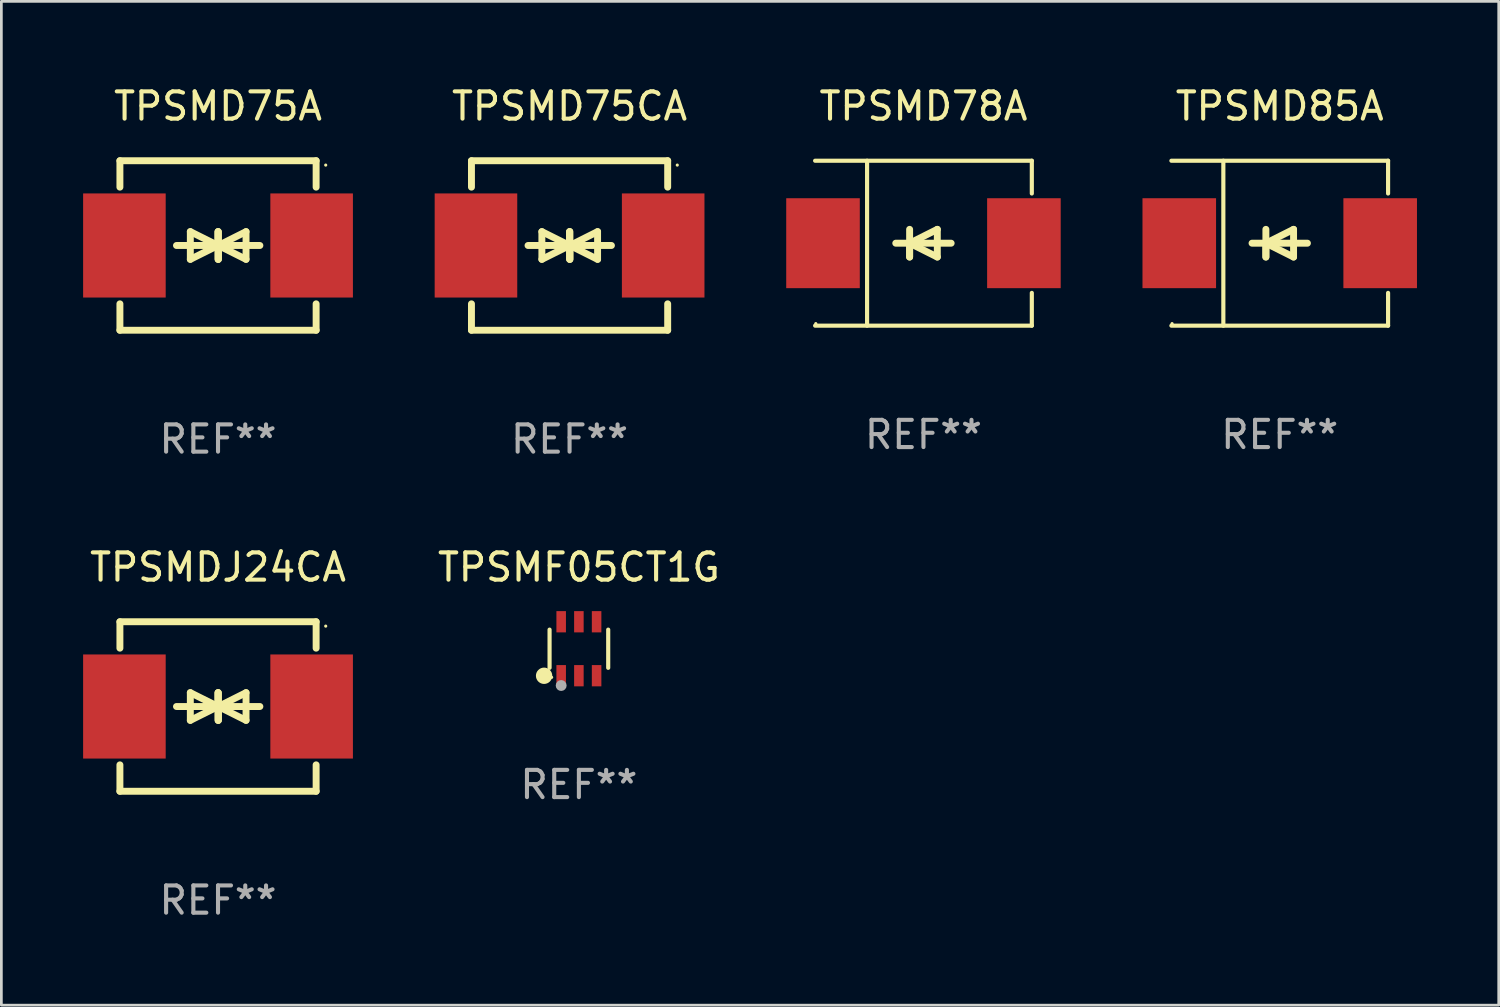
<source format=kicad_pcb>
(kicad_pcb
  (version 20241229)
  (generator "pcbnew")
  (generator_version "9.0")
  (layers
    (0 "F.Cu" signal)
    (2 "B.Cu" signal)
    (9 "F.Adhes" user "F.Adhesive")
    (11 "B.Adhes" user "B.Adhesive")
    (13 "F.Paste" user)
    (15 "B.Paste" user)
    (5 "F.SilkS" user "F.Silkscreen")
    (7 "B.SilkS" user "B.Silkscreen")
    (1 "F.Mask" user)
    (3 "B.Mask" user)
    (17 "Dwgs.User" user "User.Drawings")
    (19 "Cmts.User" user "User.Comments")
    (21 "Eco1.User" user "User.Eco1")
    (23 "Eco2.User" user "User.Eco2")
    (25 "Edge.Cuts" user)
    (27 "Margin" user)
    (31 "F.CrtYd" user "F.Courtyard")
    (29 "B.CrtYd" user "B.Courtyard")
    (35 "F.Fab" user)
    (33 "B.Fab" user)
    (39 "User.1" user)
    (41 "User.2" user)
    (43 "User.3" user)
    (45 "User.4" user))
  (footprint "TPSMD75A"
    (layer "F.Cu")
    (at 4.95 5.958)
    (property "Reference" "TPSMD75A" (at 0 -5.11 0) (layer "F.SilkS") (effects (font (size 1 1) (thickness 0.15))))
    (attr through_hole)
    (fp_line (start -3.6 -2.141) (end -3.6 -3.11) (stroke (width 0.254) (type solid)) (layer "F.SilkS"))
    (fp_line (start -3.6 3.11) (end -3.6 2.141) (stroke (width 0.254) (type solid)) (layer "F.SilkS"))
    (fp_line (start -1.524 0) (end 0.508 0) (stroke (width 0.254) (type solid)) (layer "F.SilkS"))
    (fp_line (start -1.016 -0.508) (end -1.016 0.508) (stroke (width 0.254) (type solid)) (layer "F.SilkS"))
    (fp_line (start -1.016 0.508) (end 0 0) (stroke (width 0.254) (type solid)) (layer "F.SilkS"))
    (fp_line (start 0 -0.508) (end 0 0.508) (stroke (width 0.254) (type solid)) (layer "F.SilkS"))
    (fp_line (start 0 0) (end -1.016 -0.508) (stroke (width 0.254) (type solid)) (layer "F.SilkS"))
    (fp_line (start 0 0) (end 0 -0.508) (stroke (width 0.254) (type solid)) (layer "F.SilkS"))
    (fp_line (start 0.012 0) (end 0.012 0.508) (stroke (width 0.254) (type solid)) (layer "F.SilkS"))
    (fp_line (start 0.012 0) (end 1.028 0.508) (stroke (width 0.254) (type solid)) (layer "F.SilkS"))
    (fp_line (start 0.012 0.508) (end 0.012 -0.508) (stroke (width 0.254) (type solid)) (layer "F.SilkS"))
    (fp_line (start 1.028 -0.508) (end 0.012 0) (stroke (width 0.254) (type solid)) (layer "F.SilkS"))
    (fp_line (start 1.028 0.508) (end 1.028 -0.508) (stroke (width 0.254) (type solid)) (layer "F.SilkS"))
    (fp_line (start 1.536 0) (end -0.496 0) (stroke (width 0.254) (type solid)) (layer "F.SilkS"))
    (fp_line (start 3.6 -3.11) (end -3.6 -3.11) (stroke (width 0.254) (type solid)) (layer "F.SilkS"))
    (fp_line (start 3.6 -2.141) (end 3.6 -3.11) (stroke (width 0.254) (type solid)) (layer "F.SilkS"))
    (fp_line (start 3.6 3.11) (end -3.6 3.11) (stroke (width 0.254) (type solid)) (layer "F.SilkS"))
    (fp_line (start 3.6 3.11) (end 3.6 2.141) (stroke (width 0.254) (type solid)) (layer "F.SilkS"))
    (fp_circle (center 3.952 -2.95) (end 3.982 -2.95) (stroke (width 0.06) (type solid)) (fill no) (layer "F.SilkS"))
    (fp_text user "REF**" (at 0 7.11 0) (layer "F.Fab") (effects (font (size 1 1) (thickness 0.15))))
    (pad "1" smd rect (at 3.435 0) (size 3.03 3.82) (layers "F.Cu" "F.Mask" "F.Paste"))
    (pad "2" smd rect (at -3.435 0) (size 3.03 3.82) (layers "F.Cu" "F.Mask" "F.Paste")))
  (footprint "TPSMF05CT1G"
    (layer "F.Cu")
    (at 18.192 20.755)
    (property "Reference" "TPSMF05CT1G" (at 0 -2.99 0) (layer "F.SilkS") (effects (font (size 1 1) (thickness 0.15))))
    (attr through_hole)
    (fp_line (start -1.076 0.701) (end -1.076 -0.701) (stroke (width 0.152) (type solid)) (layer "F.SilkS"))
    (fp_line (start 1.076 0.701) (end 1.076 -0.701) (stroke (width 0.152) (type solid)) (layer "F.SilkS"))
    (fp_circle (center -1.277 0.992) (end -1.127 0.992) (stroke (width 0.3) (type solid)) (fill no) (layer "F.SilkS"))
    (fp_circle (center -1 1.05) (end -0.97 1.05) (stroke (width 0.06) (type solid)) (fill no) (layer "F.SilkS"))
    (fp_circle (center -0.65 1.35) (end -0.55 1.35) (stroke (width 0.2) (type solid)) (fill no) (layer "F.Fab"))
    (fp_text user "REF**" (at 0 4.99 0) (layer "F.Fab") (effects (font (size 1 1) (thickness 0.15))))
    (pad "1" smd rect (at -0.65 0.99) (size 0.35 0.78) (layers "F.Cu" "F.Mask" "F.Paste"))
    (pad "2" smd rect (at 0 0.99) (size 0.35 0.78) (layers "F.Cu" "F.Mask" "F.Paste"))
    (pad "3" smd rect (at 0.65 0.99) (size 0.35 0.78) (layers "F.Cu" "F.Mask" "F.Paste"))
    (pad "4" smd rect (at 0.65 -0.99) (size 0.35 0.78) (layers "F.Cu" "F.Mask" "F.Paste"))
    (pad "5" smd rect (at 0 -0.99) (size 0.35 0.78) (layers "F.Cu" "F.Mask" "F.Paste"))
    (pad "6" smd rect (at -0.65 -0.99) (size 0.35 0.78) (layers "F.Cu" "F.Mask" "F.Paste")))
  (footprint "TPSMD75CA"
    (layer "F.Cu")
    (at 17.85 5.958)
    (property "Reference" "TPSMD75CA" (at 0 -5.11 0) (layer "F.SilkS") (effects (font (size 1 1) (thickness 0.15))))
    (attr through_hole)
    (fp_line (start -3.6 -2.141) (end -3.6 -3.11) (stroke (width 0.254) (type solid)) (layer "F.SilkS"))
    (fp_line (start -3.6 3.11) (end -3.6 2.141) (stroke (width 0.254) (type solid)) (layer "F.SilkS"))
    (fp_line (start -1.524 0) (end 0.508 0) (stroke (width 0.254) (type solid)) (layer "F.SilkS"))
    (fp_line (start -1.016 -0.508) (end -1.016 0.508) (stroke (width 0.254) (type solid)) (layer "F.SilkS"))
    (fp_line (start -1.016 0.508) (end 0 0) (stroke (width 0.254) (type solid)) (layer "F.SilkS"))
    (fp_line (start 0 -0.508) (end 0 0.508) (stroke (width 0.254) (type solid)) (layer "F.SilkS"))
    (fp_line (start 0 0) (end -1.016 -0.508) (stroke (width 0.254) (type solid)) (layer "F.SilkS"))
    (fp_line (start 0 0) (end 0 -0.508) (stroke (width 0.254) (type solid)) (layer "F.SilkS"))
    (fp_line (start 0.012 0) (end 0.012 0.508) (stroke (width 0.254) (type solid)) (layer "F.SilkS"))
    (fp_line (start 0.012 0) (end 1.028 0.508) (stroke (width 0.254) (type solid)) (layer "F.SilkS"))
    (fp_line (start 0.012 0.508) (end 0.012 -0.508) (stroke (width 0.254) (type solid)) (layer "F.SilkS"))
    (fp_line (start 1.028 -0.508) (end 0.012 0) (stroke (width 0.254) (type solid)) (layer "F.SilkS"))
    (fp_line (start 1.028 0.508) (end 1.028 -0.508) (stroke (width 0.254) (type solid)) (layer "F.SilkS"))
    (fp_line (start 1.536 0) (end -0.496 0) (stroke (width 0.254) (type solid)) (layer "F.SilkS"))
    (fp_line (start 3.6 -3.11) (end -3.6 -3.11) (stroke (width 0.254) (type solid)) (layer "F.SilkS"))
    (fp_line (start 3.6 -2.141) (end 3.6 -3.11) (stroke (width 0.254) (type solid)) (layer "F.SilkS"))
    (fp_line (start 3.6 3.11) (end -3.6 3.11) (stroke (width 0.254) (type solid)) (layer "F.SilkS"))
    (fp_line (start 3.6 3.11) (end 3.6 2.141) (stroke (width 0.254) (type solid)) (layer "F.SilkS"))
    (fp_circle (center 3.952 -2.95) (end 3.982 -2.95) (stroke (width 0.06) (type solid)) (fill no) (layer "F.SilkS"))
    (fp_text user "REF**" (at 0 7.11 0) (layer "F.Fab") (effects (font (size 1 1) (thickness 0.15))))
    (pad "1" smd rect (at 3.435 0) (size 3.03 3.82) (layers "F.Cu" "F.Mask" "F.Paste"))
    (pad "2" smd rect (at -3.435 0) (size 3.03 3.82) (layers "F.Cu" "F.Mask" "F.Paste")))
  (footprint "TPSMD85A"
    (layer "F.Cu")
    (at 43.909 5.874)
    (property "Reference" "TPSMD85A" (at 0 -5.026 0) (layer "F.SilkS") (effects (font (size 1 1) (thickness 0.15))))
    (attr through_hole)
    (fp_line (start -3.976 -3.026) (end 3.976 -3.026) (stroke (width 0.152) (type solid)) (layer "F.SilkS"))
    (fp_line (start -3.976 3.026) (end 3.976 3.026) (stroke (width 0.152) (type solid)) (layer "F.SilkS"))
    (fp_line (start -2.069 -3.026) (end -2.069 3.026) (stroke (width 0.152) (type solid)) (layer "F.SilkS"))
    (fp_line (start -0.508 0) (end -0.508 0.508) (stroke (width 0.254) (type solid)) (layer "F.SilkS"))
    (fp_line (start -0.508 0) (end 0.508 0.508) (stroke (width 0.254) (type solid)) (layer "F.SilkS"))
    (fp_line (start -0.508 0.508) (end -0.508 -0.508) (stroke (width 0.254) (type solid)) (layer "F.SilkS"))
    (fp_line (start 0.508 -0.508) (end -0.508 0) (stroke (width 0.254) (type solid)) (layer "F.SilkS"))
    (fp_line (start 0.508 0.508) (end 0.508 -0.508) (stroke (width 0.254) (type solid)) (layer "F.SilkS"))
    (fp_line (start 1.016 0) (end -1.016 0) (stroke (width 0.254) (type solid)) (layer "F.SilkS"))
    (fp_line (start 3.976 -3.026) (end 3.976 -1.823) (stroke (width 0.152) (type solid)) (layer "F.SilkS"))
    (fp_line (start 3.976 3.026) (end 3.976 1.823) (stroke (width 0.152) (type solid)) (layer "F.SilkS"))
    (fp_circle (center -3.95 2.95) (end -3.92 2.95) (stroke (width 0.06) (type solid)) (fill no) (layer "F.SilkS"))
    (fp_text user "REF**" (at 0 7.026 0) (layer "F.Fab") (effects (font (size 1 1) (thickness 0.15))))
    (pad "1" smd rect (at -3.686 0) (size 2.7 3.3) (layers "F.Cu" "F.Mask" "F.Paste"))
    (pad "2" smd rect (at 3.686 0) (size 2.7 3.3) (layers "F.Cu" "F.Mask" "F.Paste")))
  (footprint "TPSMDJ24CA"
    (layer "F.Cu")
    (at 4.95 22.875)
    (property "Reference" "TPSMDJ24CA" (at 0 -5.11 0) (layer "F.SilkS") (effects (font (size 1 1) (thickness 0.15))))
    (attr through_hole)
    (fp_line (start -3.6 -2.141) (end -3.6 -3.11) (stroke (width 0.254) (type solid)) (layer "F.SilkS"))
    (fp_line (start -3.6 3.11) (end -3.6 2.141) (stroke (width 0.254) (type solid)) (layer "F.SilkS"))
    (fp_line (start -1.524 0) (end 0.508 0) (stroke (width 0.254) (type solid)) (layer "F.SilkS"))
    (fp_line (start -1.016 -0.508) (end -1.016 0.508) (stroke (width 0.254) (type solid)) (layer "F.SilkS"))
    (fp_line (start -1.016 0.508) (end 0 0) (stroke (width 0.254) (type solid)) (layer "F.SilkS"))
    (fp_line (start 0 -0.508) (end 0 0.508) (stroke (width 0.254) (type solid)) (layer "F.SilkS"))
    (fp_line (start 0 0) (end -1.016 -0.508) (stroke (width 0.254) (type solid)) (layer "F.SilkS"))
    (fp_line (start 0 0) (end 0 -0.508) (stroke (width 0.254) (type solid)) (layer "F.SilkS"))
    (fp_line (start 0.012 0) (end 0.012 0.508) (stroke (width 0.254) (type solid)) (layer "F.SilkS"))
    (fp_line (start 0.012 0) (end 1.028 0.508) (stroke (width 0.254) (type solid)) (layer "F.SilkS"))
    (fp_line (start 0.012 0.508) (end 0.012 -0.508) (stroke (width 0.254) (type solid)) (layer "F.SilkS"))
    (fp_line (start 1.028 -0.508) (end 0.012 0) (stroke (width 0.254) (type solid)) (layer "F.SilkS"))
    (fp_line (start 1.028 0.508) (end 1.028 -0.508) (stroke (width 0.254) (type solid)) (layer "F.SilkS"))
    (fp_line (start 1.536 0) (end -0.496 0) (stroke (width 0.254) (type solid)) (layer "F.SilkS"))
    (fp_line (start 3.6 -3.11) (end -3.6 -3.11) (stroke (width 0.254) (type solid)) (layer "F.SilkS"))
    (fp_line (start 3.6 -2.141) (end 3.6 -3.11) (stroke (width 0.254) (type solid)) (layer "F.SilkS"))
    (fp_line (start 3.6 3.11) (end -3.6 3.11) (stroke (width 0.254) (type solid)) (layer "F.SilkS"))
    (fp_line (start 3.6 3.11) (end 3.6 2.141) (stroke (width 0.254) (type solid)) (layer "F.SilkS"))
    (fp_circle (center 3.952 -2.95) (end 3.982 -2.95) (stroke (width 0.06) (type solid)) (fill no) (layer "F.SilkS"))
    (fp_text user "REF**" (at 0 7.11 0) (layer "F.Fab") (effects (font (size 1 1) (thickness 0.15))))
    (pad "1" smd rect (at 3.435 0) (size 3.03 3.82) (layers "F.Cu" "F.Mask" "F.Paste"))
    (pad "2" smd rect (at -3.435 0) (size 3.03 3.82) (layers "F.Cu" "F.Mask" "F.Paste")))
  (footprint "TPSMD78A"
    (layer "F.Cu")
    (at 30.836 5.874)
    (property "Reference" "TPSMD78A" (at 0 -5.026 0) (layer "F.SilkS") (effects (font (size 1 1) (thickness 0.15))))
    (attr through_hole)
    (fp_line (start -3.976 -3.026) (end 3.976 -3.026) (stroke (width 0.152) (type solid)) (layer "F.SilkS"))
    (fp_line (start -3.976 3.026) (end 3.976 3.026) (stroke (width 0.152) (type solid)) (layer "F.SilkS"))
    (fp_line (start -2.069 -3.026) (end -2.069 3.026) (stroke (width 0.152) (type solid)) (layer "F.SilkS"))
    (fp_line (start -0.508 0) (end -0.508 0.508) (stroke (width 0.254) (type solid)) (layer "F.SilkS"))
    (fp_line (start -0.508 0) (end 0.508 0.508) (stroke (width 0.254) (type solid)) (layer "F.SilkS"))
    (fp_line (start -0.508 0.508) (end -0.508 -0.508) (stroke (width 0.254) (type solid)) (layer "F.SilkS"))
    (fp_line (start 0.508 -0.508) (end -0.508 0) (stroke (width 0.254) (type solid)) (layer "F.SilkS"))
    (fp_line (start 0.508 0.508) (end 0.508 -0.508) (stroke (width 0.254) (type solid)) (layer "F.SilkS"))
    (fp_line (start 1.016 0) (end -1.016 0) (stroke (width 0.254) (type solid)) (layer "F.SilkS"))
    (fp_line (start 3.976 -3.026) (end 3.976 -1.823) (stroke (width 0.152) (type solid)) (layer "F.SilkS"))
    (fp_line (start 3.976 3.026) (end 3.976 1.823) (stroke (width 0.152) (type solid)) (layer "F.SilkS"))
    (fp_circle (center -3.95 2.95) (end -3.92 2.95) (stroke (width 0.06) (type solid)) (fill no) (layer "F.SilkS"))
    (fp_text user "REF**" (at 0 7.026 0) (layer "F.Fab") (effects (font (size 1 1) (thickness 0.15))))
    (pad "1" smd rect (at -3.686 0) (size 2.7 3.3) (layers "F.Cu" "F.Mask" "F.Paste"))
    (pad "2" smd rect (at 3.686 0) (size 2.7 3.3) (layers "F.Cu" "F.Mask" "F.Paste")))
  (gr_rect
    (start -3 -3)
    (end 51.945 33.833)
    (stroke (width 0.1) (type default))
    (fill no)
    (layer "Edge.Cuts")))
</source>
